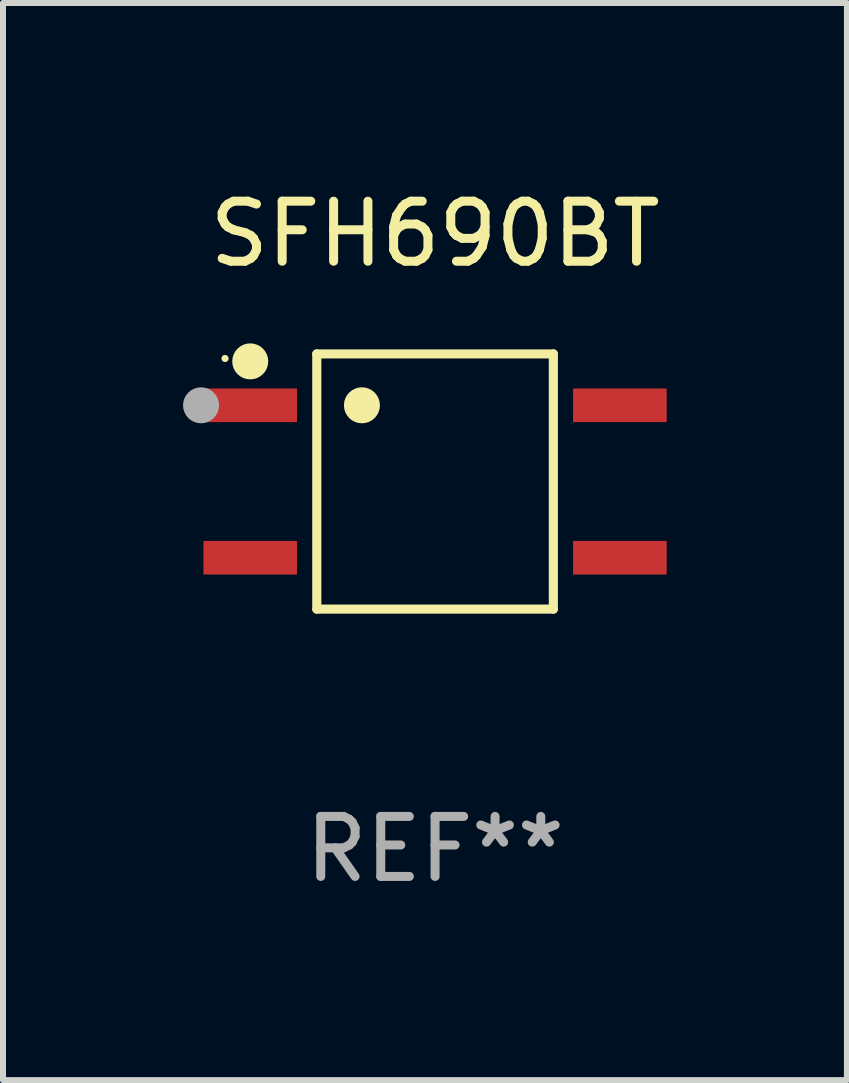
<source format=kicad_pcb>
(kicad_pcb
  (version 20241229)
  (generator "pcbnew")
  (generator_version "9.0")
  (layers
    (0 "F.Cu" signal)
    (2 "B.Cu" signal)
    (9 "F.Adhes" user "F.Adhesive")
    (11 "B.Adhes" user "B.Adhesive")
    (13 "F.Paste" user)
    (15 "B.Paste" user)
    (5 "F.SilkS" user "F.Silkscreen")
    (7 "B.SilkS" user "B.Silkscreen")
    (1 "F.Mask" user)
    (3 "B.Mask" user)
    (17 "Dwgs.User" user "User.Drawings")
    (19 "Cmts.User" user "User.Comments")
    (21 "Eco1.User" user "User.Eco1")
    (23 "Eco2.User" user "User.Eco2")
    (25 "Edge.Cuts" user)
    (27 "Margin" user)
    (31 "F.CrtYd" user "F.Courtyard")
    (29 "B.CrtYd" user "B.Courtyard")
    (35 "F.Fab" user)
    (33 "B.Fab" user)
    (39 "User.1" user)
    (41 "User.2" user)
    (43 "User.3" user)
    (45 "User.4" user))
  (footprint "SFH690BT"
    (layer "F.Cu")
    (at 4.2 4.974)
    (property "Reference" "SFH690BT" (at 0 -4.126 0) (layer "F.SilkS") (effects (font (size 1 1) (thickness 0.15))))
    (attr through_hole)
    (fp_line (start -1.971 -2.126) (end 1.971 -2.126) (stroke (width 0.152) (type solid)) (layer "F.SilkS"))
    (fp_line (start -1.971 2.126) (end -1.971 -2.126) (stroke (width 0.152) (type solid)) (layer "F.SilkS"))
    (fp_line (start 1.971 -2.126) (end 1.971 2.126) (stroke (width 0.152) (type solid)) (layer "F.SilkS"))
    (fp_line (start 1.971 2.126) (end -1.971 2.126) (stroke (width 0.152) (type solid)) (layer "F.SilkS"))
    (fp_circle (center -3.5 -2.05) (end -3.47 -2.05) (stroke (width 0.06) (type solid)) (fill no) (layer "F.SilkS"))
    (fp_circle (center -3.08 -2.002) (end -2.93 -2.002) (stroke (width 0.3) (type solid)) (fill no) (layer "F.SilkS"))
    (fp_circle (center -1.219 -1.27) (end -1.069 -1.27) (stroke (width 0.3) (type solid)) (fill no) (layer "F.SilkS"))
    (fp_circle (center -3.9 -1.27) (end -3.75 -1.27) (stroke (width 0.3) (type solid)) (fill no) (layer "F.Fab"))
    (fp_text user "REF**" (at 0 6.126 0) (layer "F.Fab") (effects (font (size 1 1) (thickness 0.15))))
    (pad "1" smd rect (at -3.08 -1.27 270) (size 0.56 1.56) (layers "F.Cu" "F.Mask" "F.Paste"))
    (pad "2" smd rect (at -3.08 1.27 270) (size 0.56 1.56) (layers "F.Cu" "F.Mask" "F.Paste"))
    (pad "3" smd rect (at 3.08 1.27 270) (size 0.56 1.56) (layers "F.Cu" "F.Mask" "F.Paste"))
    (pad "4" smd rect (at 3.08 -1.27 270) (size 0.56 1.56) (layers "F.Cu" "F.Mask" "F.Paste")))
  (gr_rect
    (start -3 -3)
    (end 11.063 14.949)
    (stroke (width 0.1) (type default))
    (fill no)
    (layer "Edge.Cuts")))
</source>
